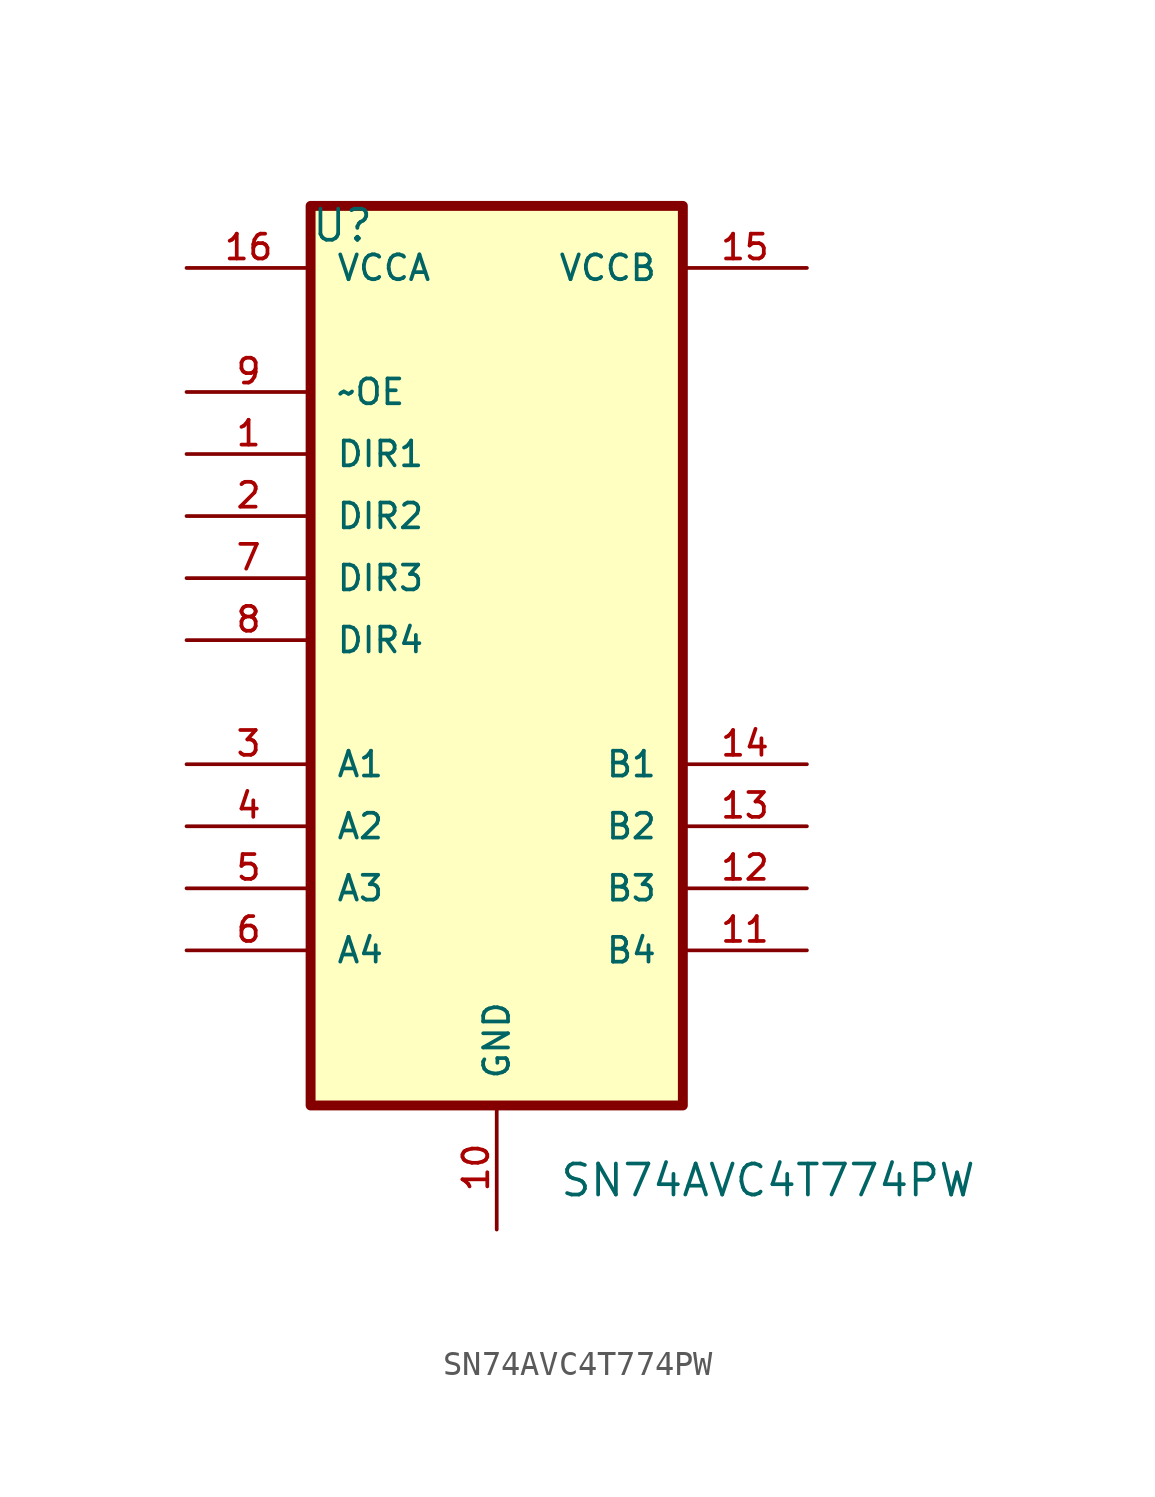
<source format=kicad_sym>
(kicad_symbol_lib
  (version 20210619)
  (generator kicad_symbol_editor)
  (symbol "panojtag:SN74AVC4T774PW"
    (pin_names
      (offset 1.016))
    (property "Reference" "U"
      (at -7.62 23.851 0)
      (effects (font (size 1.27 1.27)) (justify left bottom)))
    (property "Value" "SN74AVC4T774PW"
      (at 2.54 -15.24 0)
      (effects (font (size 1.27 1.27)) (justify left bottom)))
    (property "ki_locked" ""
      (at 0 0 0)
      (effects (font (size 1.27 1.27))))
    (symbol "SN74AVC4T774PW_0_0"
      (rectangle (start -7.62 25.4) (end 7.62 -11.43) (stroke (width 0.406)) (fill (type background)))
      (pin input line (at -12.7 15.24 0) (length 5.08) (name "DIR1" (effects (font (size 1.016 1.016)))) (number "1" (effects (font (size 1.016 1.016)))))
      (pin power_in line (at 0 -16.51 90) (length 5.08) (name "GND" (effects (font (size 1.016 1.016)))) (number "10" (effects (font (size 1.016 1.016)))))
      (pin bidirectional line (at 12.7 -5.08 180) (length 5.08) (name "B4" (effects (font (size 1.016 1.016)))) (number "11" (effects (font (size 1.016 1.016)))))
      (pin bidirectional line (at 12.7 -2.54 180) (length 5.08) (name "B3" (effects (font (size 1.016 1.016)))) (number "12" (effects (font (size 1.016 1.016)))))
      (pin bidirectional line (at 12.7 0 180) (length 5.08) (name "B2" (effects (font (size 1.016 1.016)))) (number "13" (effects (font (size 1.016 1.016)))))
      (pin bidirectional line (at 12.7 2.54 180) (length 5.08) (name "B1" (effects (font (size 1.016 1.016)))) (number "14" (effects (font (size 1.016 1.016)))))
      (pin power_in line (at 12.7 22.86 180) (length 5.08) (name "VCCB" (effects (font (size 1.016 1.016)))) (number "15" (effects (font (size 1.016 1.016)))))
      (pin power_in line (at -12.7 22.86 0) (length 5.08) (name "VCCA" (effects (font (size 1.016 1.016)))) (number "16" (effects (font (size 1.016 1.016)))))
      (pin input line (at -12.7 12.7 0) (length 5.08) (name "DIR2" (effects (font (size 1.016 1.016)))) (number "2" (effects (font (size 1.016 1.016)))))
      (pin bidirectional line (at -12.7 2.54 0) (length 5.08) (name "A1" (effects (font (size 1.016 1.016)))) (number "3" (effects (font (size 1.016 1.016)))))
      (pin bidirectional line (at -12.7 0 0) (length 5.08) (name "A2" (effects (font (size 1.016 1.016)))) (number "4" (effects (font (size 1.016 1.016)))))
      (pin bidirectional line (at -12.7 -2.54 0) (length 5.08) (name "A3" (effects (font (size 1.016 1.016)))) (number "5" (effects (font (size 1.016 1.016)))))
      (pin bidirectional line (at -12.7 -5.08 0) (length 5.08) (name "A4" (effects (font (size 1.016 1.016)))) (number "6" (effects (font (size 1.016 1.016)))))
      (pin input line (at -12.7 10.16 0) (length 5.08) (name "DIR3" (effects (font (size 1.016 1.016)))) (number "7" (effects (font (size 1.016 1.016)))))
      (pin input line (at -12.7 7.62 0) (length 5.08) (name "DIR4" (effects (font (size 1.016 1.016)))) (number "8" (effects (font (size 1.016 1.016)))))
      (pin input line (at -12.7 17.78 0) (length 5.08) (name "~OE" (effects (font (size 1.016 1.016)))) (number "9" (effects (font (size 1.016 1.016))))))))
</source>
